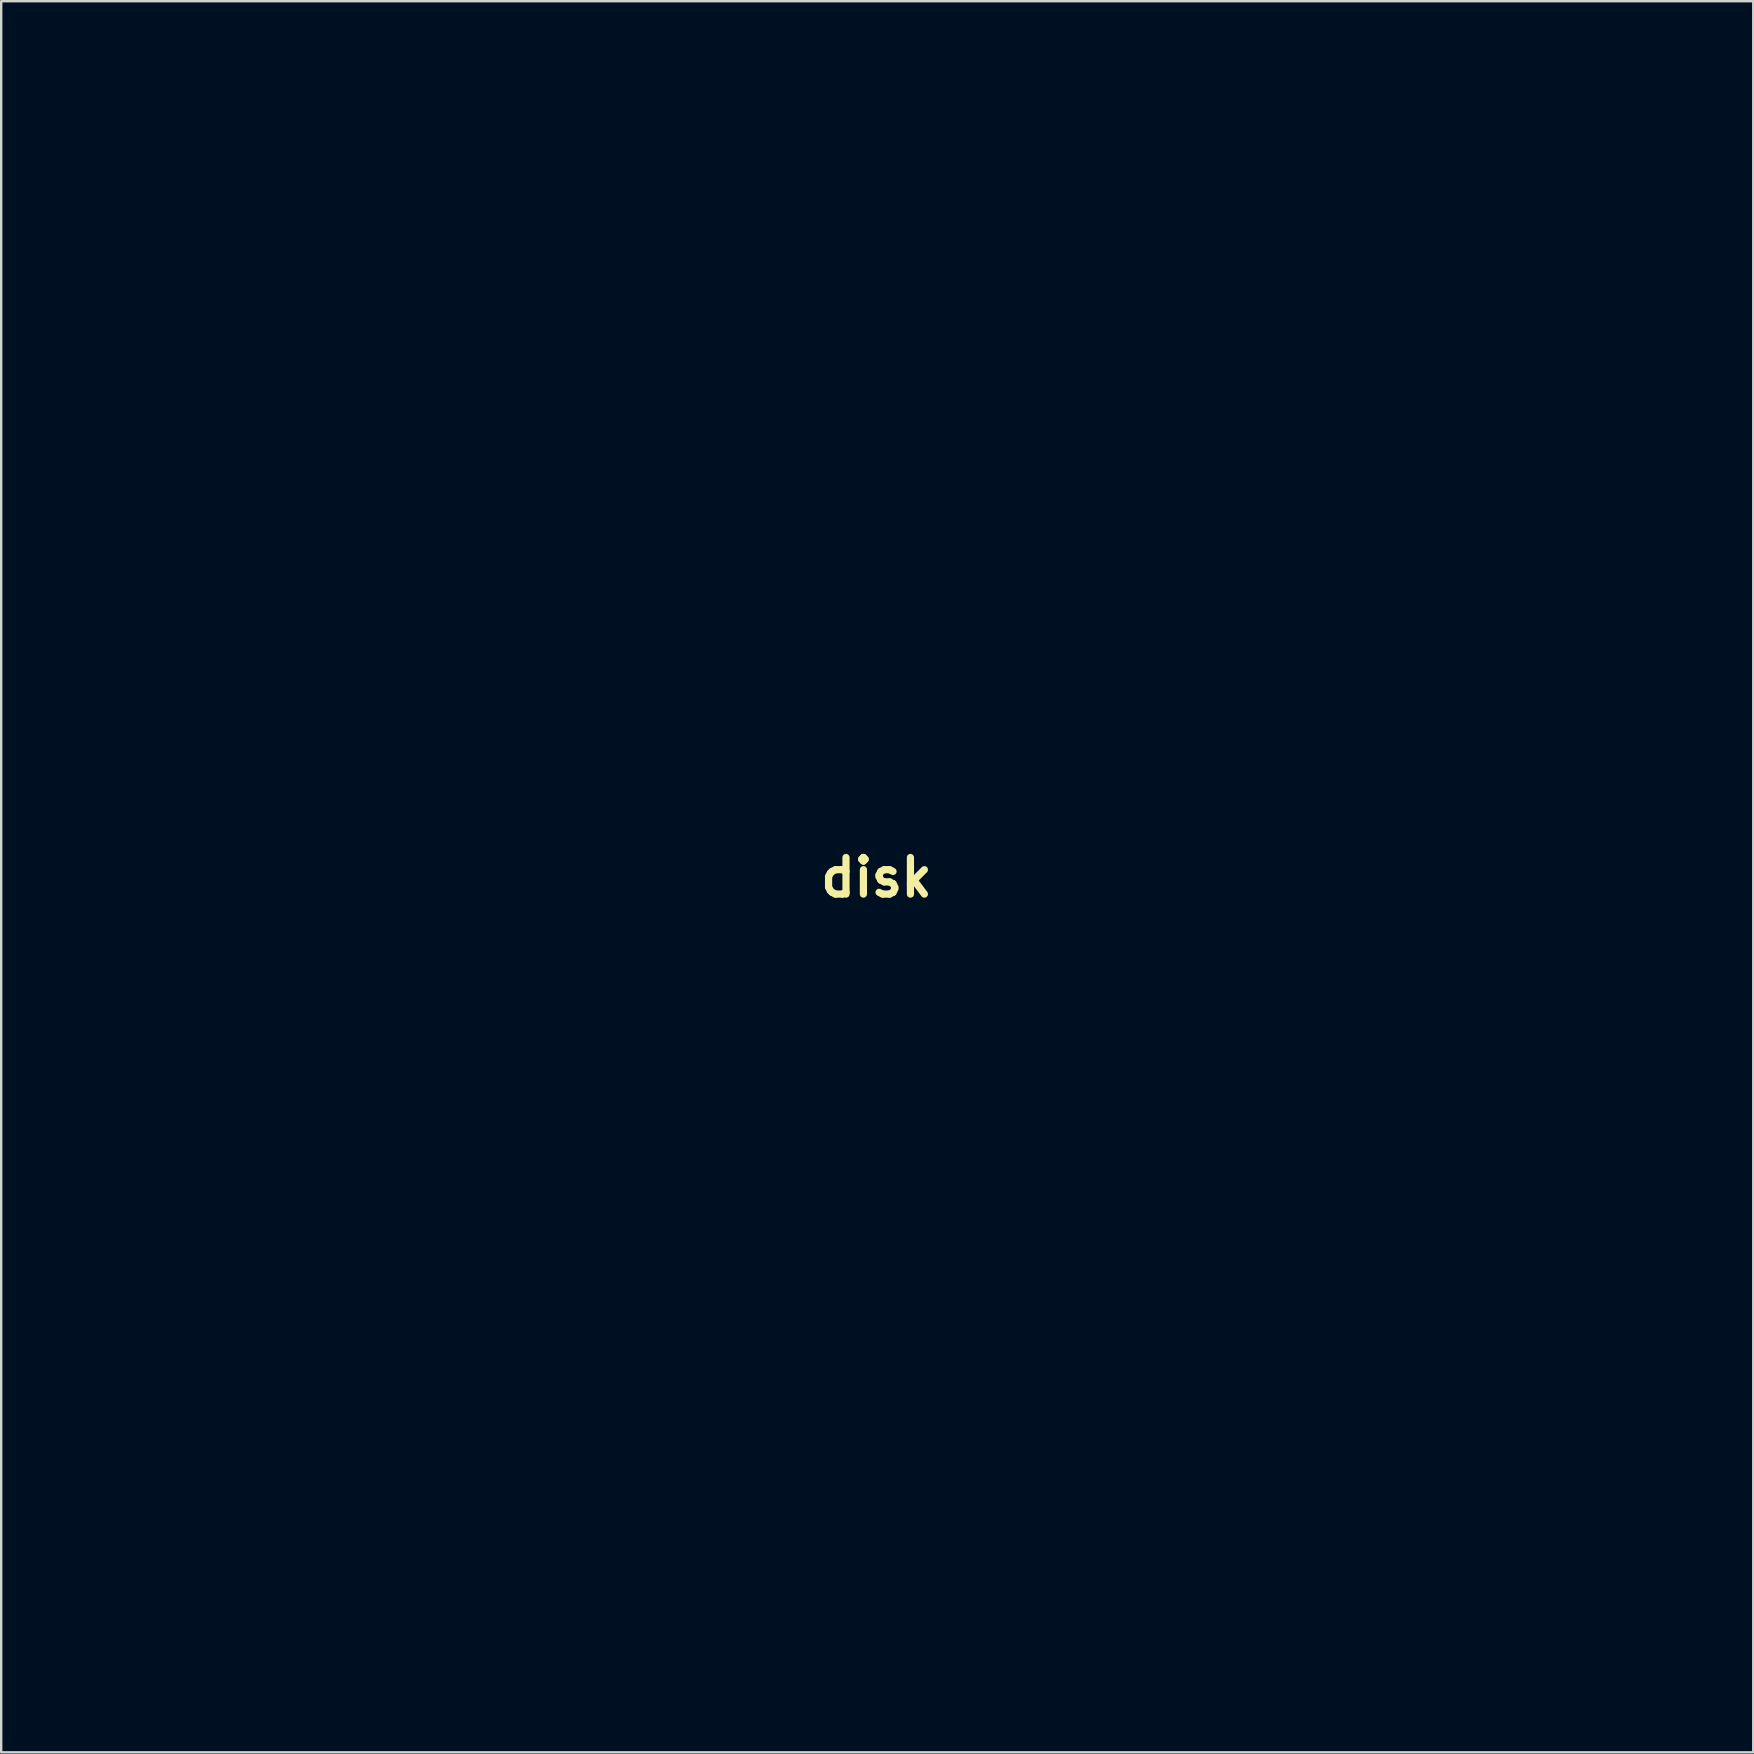
<source format=kicad_pcb>
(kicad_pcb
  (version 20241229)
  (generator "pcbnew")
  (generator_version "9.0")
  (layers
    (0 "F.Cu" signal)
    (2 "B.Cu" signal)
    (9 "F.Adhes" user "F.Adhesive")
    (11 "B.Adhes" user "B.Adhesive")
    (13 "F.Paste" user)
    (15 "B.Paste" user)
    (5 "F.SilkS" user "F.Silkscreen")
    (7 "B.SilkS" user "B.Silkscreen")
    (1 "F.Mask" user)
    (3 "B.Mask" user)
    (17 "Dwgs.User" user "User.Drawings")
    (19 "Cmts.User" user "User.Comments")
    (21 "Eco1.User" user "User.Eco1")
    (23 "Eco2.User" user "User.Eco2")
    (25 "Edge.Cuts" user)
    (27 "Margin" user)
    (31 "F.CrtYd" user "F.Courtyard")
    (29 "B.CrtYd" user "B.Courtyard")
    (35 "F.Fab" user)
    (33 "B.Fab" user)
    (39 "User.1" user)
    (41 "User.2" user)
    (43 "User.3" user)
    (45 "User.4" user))
  (footprint "disk"
    (layer "F.Cu")
    (at 33.466 33.51)
    (property "Reference" "disk" (at 0 0 0) (layer "F.SilkS") (effects (font (size 1.524 1.524) (thickness 0.3))))
    (attr through_hole)
    (fp_poly (pts (xy -0.224 -2.876) (xy -0.261 -2.839) (xy -0.299 -2.876) (xy -0.261 -2.914) (xy -0.224 -2.876)) (stroke (width 0.01) (type solid)) (fill no) (layer "Eco1.User"))
    (fp_poly (pts (xy 0.374 -32.684) (xy 0.336 -32.646) (xy 0.299 -32.684) (xy 0.336 -32.721) (xy 0.374 -32.684)) (stroke (width 0.01) (type solid)) (fill no) (layer "Eco1.User"))
    (fp_poly (pts (xy 1.184 0.238) (xy 1.319 0.272) (xy 1.345 0.299) (xy 1.279 0.348) (xy 1.117 0.373) (xy 1.077 0.374) (xy 0.809 0.374) (xy 1.083 0.747) (xy 1.357 1.121) (xy 0.922 1.108) (xy 0.709 1.099) (xy 0.641 1.087) (xy 0.713 1.072) (xy 0.766 1.066) (xy 0.946 1.033) (xy 1.041 0.989) (xy 1.046 0.978) (xy 1.005 0.888) (xy 0.902 0.724) (xy 0.822 0.61) (xy 0.694 0.426) (xy 0.613 0.297) (xy 0.598 0.262) (xy 0.665 0.24) (xy 0.837 0.227) (xy 0.971 0.224) (xy 1.184 0.238)) (stroke (width 0.01) (type solid)) (fill no) (layer "Eco1.User"))
    (fp_poly (pts (xy -3.925 -0.439) (xy -3.936 -0.357) (xy -4.022 -0.221) (xy -4.026 -0.216) (xy -4.114 -0.097) (xy -4.125 -0.005) (xy -4.054 0.117) (xy -3.987 0.205) (xy -3.889 0.354) (xy -3.863 0.44) (xy -3.875 0.448) (xy -3.969 0.395) (xy -4.092 0.266) (xy -4.093 0.264) (xy -4.238 0.081) (xy -4.41 0.264) (xy -4.567 0.409) (xy -4.646 0.441) (xy -4.635 0.366) (xy -4.529 0.205) (xy -4.416 0.047) (xy -4.387 -0.052) (xy -4.438 -0.15) (xy -4.49 -0.216) (xy -4.579 -0.353) (xy -4.592 -0.438) (xy -4.591 -0.439) (xy -4.521 -0.418) (xy -4.411 -0.308) (xy -4.403 -0.298) (xy -4.258 -0.112) (xy -4.114 -0.298) (xy -4.003 -0.413) (xy -3.928 -0.441) (xy -3.925 -0.439)) (stroke (width 0.01) (type solid)) (fill no) (layer "Eco1.User"))
    (fp_poly (pts (xy -2.764 -0.27) (xy -2.764 -0.263) (xy -2.746 -0.221) (xy -2.677 -0.191) (xy -2.539 -0.17) (xy -2.311 -0.157) (xy -1.973 -0.151) (xy -1.507 -0.149) (xy -1.494 -0.149) (xy -0.999 -0.154) (xy -0.616 -0.166) (xy -0.358 -0.186) (xy -0.234 -0.213) (xy -0.224 -0.224) (xy -0.19 -0.298) (xy -0.118 -0.27) (xy -0.055 -0.158) (xy -0.053 -0.149) (xy 0.013 -0.028) (xy 0.068 0) (xy 0.134 -0.063) (xy 0.149 -0.149) (xy 0.185 -0.278) (xy 0.264 -0.279) (xy 0.33 -0.176) (xy 0.346 0.026) (xy 0.258 0.196) (xy 0.156 0.259) (xy -0.011 0.273) (xy -0.159 0.227) (xy -0.224 0.143) (xy -0.224 0.141) (xy -0.295 0.119) (xy -0.491 0.101) (xy -0.787 0.086) (xy -1.16 0.077) (xy -1.489 0.075) (xy -1.966 0.077) (xy -2.312 0.084) (xy -2.548 0.099) (xy -2.691 0.121) (xy -2.762 0.154) (xy -2.777 0.18) (xy -2.817 0.235) (xy -2.918 0.218) (xy -3.082 0.141) (xy -3.254 0.045) (xy -3.353 -0.024) (xy -3.362 -0.038) (xy -3.302 -0.089) (xy -3.15 -0.178) (xy -3.063 -0.224) (xy -2.878 -0.311) (xy -2.788 -0.325) (xy -2.764 -0.27)) (stroke (width 0.01) (type solid)) (fill no) (layer "Eco1.User"))
    (fp_poly (pts (xy 2.104 -33.442) (xy 4.328 -33.23) (xy 6.546 -32.869) (xy 8.255 -32.487) (xy 8.633 -32.386) (xy 9.104 -32.249) (xy 9.637 -32.086) (xy 10.205 -31.907) (xy 10.78 -31.72) (xy 11.333 -31.534) (xy 11.836 -31.36) (xy 12.26 -31.206) (xy 12.577 -31.081) (xy 12.644 -31.052) (xy 13.074 -30.862) (xy 13.074 -28.316) (xy 13.288 -28.076) (xy 13.537 -27.888) (xy 13.811 -27.831) (xy 14.075 -27.906) (xy 14.248 -28.049) (xy 14.318 -28.141) (xy 14.366 -28.244) (xy 14.396 -28.387) (xy 14.411 -28.599) (xy 14.417 -28.91) (xy 14.418 -29.214) (xy 14.422 -29.63) (xy 14.434 -29.916) (xy 14.456 -30.09) (xy 14.49 -30.17) (xy 14.515 -30.181) (xy 14.629 -30.146) (xy 14.85 -30.048) (xy 15.155 -29.9) (xy 15.521 -29.712) (xy 15.927 -29.497) (xy 16.349 -29.266) (xy 16.764 -29.032) (xy 17.066 -28.856) (xy 18.404 -28.026) (xy 19.655 -27.166) (xy 20.849 -26.252) (xy 22.02 -25.261) (xy 23.198 -24.165) (xy 23.758 -23.613) (xy 25.163 -22.127) (xy 26.436 -20.617) (xy 27.591 -19.061) (xy 28.646 -17.437) (xy 29.616 -15.72) (xy 30.143 -14.68) (xy 31.052 -12.647) (xy 31.82 -10.573) (xy 32.445 -8.463) (xy 32.929 -6.325) (xy 33.27 -4.165) (xy 33.468 -1.989) (xy 33.524 0.195) (xy 33.437 2.38) (xy 33.206 4.562) (xy 32.832 6.732) (xy 32.314 8.884) (xy 31.652 11.011) (xy 31.149 12.367) (xy 30.266 14.398) (xy 29.254 16.356) (xy 28.117 18.237) (xy 26.859 20.037) (xy 25.485 21.75) (xy 23.998 23.372) (xy 22.402 24.898) (xy 20.703 26.323) (xy 18.903 27.642) (xy 17.008 28.851) (xy 16.587 29.097) (xy 16.065 29.392) (xy 15.591 29.653) (xy 15.182 29.871) (xy 14.852 30.037) (xy 14.618 30.143) (xy 14.496 30.181) (xy 14.495 30.181) (xy 14.46 30.109) (xy 14.436 29.899) (xy 14.421 29.564) (xy 14.418 29.251) (xy 14.412 28.865) (xy 14.393 28.527) (xy 14.366 28.272) (xy 14.335 28.139) (xy 14.168 27.935) (xy 13.92 27.818) (xy 13.642 27.803) (xy 13.444 27.867) (xy 13.332 27.943) (xy 13.246 28.049) (xy 13.184 28.206) (xy 13.139 28.435) (xy 13.108 28.757) (xy 13.086 29.193) (xy 13.074 29.575) (xy 13.036 30.873) (xy 12.289 31.164) (xy 10.566 31.776) (xy 8.749 32.311) (xy 6.878 32.759) (xy 4.993 33.111) (xy 3.735 33.289) (xy 3.26 33.334) (xy 2.665 33.373) (xy 1.98 33.403) (xy 1.235 33.425) (xy 0.457 33.438) (xy -0.323 33.442) (xy -1.076 33.437) (xy -1.775 33.423) (xy -2.388 33.399) (xy -2.888 33.365) (xy -2.979 33.356) (xy -4.635 33.154) (xy -6.194 32.897) (xy -7.698 32.577) (xy -9.192 32.183) (xy -10.123 31.902) (xy -10.546 31.764) (xy -10.999 31.609) (xy -11.285 31.507) (xy 5.903 31.507) (xy 5.933 31.747) (xy 6.008 31.916) (xy 6.102 31.974) (xy 6.176 31.929) (xy 6.162 31.806) (xy 6.107 31.611) (xy 6.078 31.507) (xy 6.014 31.397) (xy 5.971 31.376) (xy 5.913 31.438) (xy 5.903 31.507) (xy -11.285 31.507) (xy -11.459 31.445) (xy -11.9 31.283) (xy -12.298 31.132) (xy -12.627 31) (xy -12.784 30.931) (xy -1.377 30.931) (xy -1.372 31.073) (xy -1.366 31.096) (xy -1.28 31.129) (xy -1.096 31.149) (xy -0.974 31.152) (xy -0.612 31.152) (xy -0.595 30.913) (xy 0.593 30.913) (xy 0.623 31.08) (xy 0.755 31.172) (xy 1.008 31.212) (xy 1.139 31.218) (xy 1.419 31.227) (xy 1.419 30.48) (xy 1.055 30.48) (xy 0.829 30.49) (xy 0.71 30.53) (xy 0.654 30.618) (xy 0.645 30.648) (xy 0.593 30.913) (xy -0.595 30.913) (xy -0.586 30.779) (xy -0.568 30.522) (xy -0.448 30.522) (xy -0.442 30.73) (xy -0.409 30.826) (xy -0.323 30.847) (xy -0.243 30.84) (xy -0.111 30.808) (xy -0.046 30.723) (xy -0.033 30.636) (xy 0.075 30.636) (xy 0.094 30.79) (xy 0.183 30.847) (xy 0.299 30.854) (xy 0.437 30.844) (xy 0.502 30.788) (xy 0.522 30.644) (xy 0.523 30.517) (xy 0.516 30.341) (xy 10.563 30.341) (xy 10.611 30.517) (xy 10.691 30.658) (xy 10.765 30.704) (xy 10.818 30.639) (xy 10.803 30.464) (xy 10.74 30.251) (xy 10.666 30.139) (xy 10.595 30.148) (xy 10.57 30.193) (xy 10.563 30.341) (xy 0.516 30.341) (xy 0.515 30.31) (xy 0.476 30.211) (xy 0.387 30.182) (xy 0.344 30.181) (xy 0.186 30.226) (xy 0.1 30.373) (xy 0.075 30.636) (xy -0.033 30.636) (xy -0.017 30.539) (xy -0.014 30.499) (xy -0.006 30.3) (xy -0.039 30.208) (xy -0.139 30.182) (xy -0.22 30.181) (xy -0.36 30.19) (xy -0.426 30.245) (xy -0.447 30.384) (xy -0.448 30.522) (xy -0.568 30.522) (xy -0.56 30.405) (xy -0.945 30.405) (xy -1.329 30.405) (xy -1.363 30.723) (xy -1.377 30.931) (xy -12.784 30.931) (xy -12.863 30.897) (xy -12.98 30.834) (xy -13.017 30.758) (xy -13.044 30.586) (xy -13.062 30.305) (xy -13.071 29.901) (xy -13.073 29.538) (xy 6.163 29.538) (xy 6.173 29.619) (xy 6.253 29.708) (xy 6.34 29.689) (xy 6.369 29.619) (xy 6.315 29.545) (xy 6.252 29.522) (xy 6.163 29.538) (xy -13.073 29.538) (xy -13.074 29.471) (xy -13.075 28.995) (xy -13.079 28.751) (xy 9.307 28.751) (xy 9.314 28.805) (xy 9.4 28.904) (xy 9.502 28.867) (xy 9.525 28.836) (xy 9.538 28.715) (xy 9.451 28.65) (xy 9.378 28.659) (xy 9.307 28.751) (xy -13.079 28.751) (xy -13.081 28.646) (xy -13.094 28.399) (xy -13.115 28.23) (xy -13.148 28.115) (xy -13.195 28.032) (xy -13.216 28.004) (xy -13.348 27.887) (xy -13.528 27.836) (xy -13.709 27.828) (xy -13.935 27.841) (xy -14.101 27.893) (xy -14.215 28.003) (xy -14.287 28.192) (xy -14.326 28.478) (xy -14.342 28.883) (xy -14.344 29.181) (xy -14.348 29.626) (xy -14.363 29.933) (xy -14.388 30.114) (xy -14.425 30.18) (xy -14.431 30.181) (xy -14.524 30.148) (xy -14.724 30.056) (xy -15.005 29.919) (xy -15.341 29.747) (xy -15.508 29.66) (xy -17.442 28.56) (xy -19.287 27.344) (xy -19.832 26.931) (xy -17.627 26.931) (xy -17.237 27.284) (xy -17.037 27.459) (xy -16.88 27.586) (xy -16.798 27.639) (xy -16.796 27.639) (xy -16.726 27.587) (xy -16.59 27.449) (xy -16.414 27.252) (xy -16.39 27.225) (xy -16.035 26.809) (xy -16.366 26.515) (xy -16.613 26.299) (xy -16.783 26.179) (xy -16.911 26.157) (xy -17.034 26.23) (xy -17.188 26.4) (xy -17.277 26.508) (xy -17.627 26.931) (xy -19.832 26.931) (xy -21.038 26.018) (xy -21.313 25.78) (xy -18.676 25.78) (xy -18.643 26.015) (xy -18.52 26.183) (xy -18.48 26.216) (xy -18.282 26.342) (xy -18.104 26.359) (xy -17.904 26.288) (xy -17.718 26.136) (xy -17.589 25.908) (xy -17.556 25.737) (xy -17.602 25.614) (xy -17.713 25.45) (xy -17.731 25.429) (xy -17.955 25.26) (xy -18.197 25.218) (xy -18.421 25.289) (xy -18.592 25.46) (xy -18.674 25.718) (xy -18.676 25.78) (xy -21.313 25.78) (xy -22.689 24.589) (xy -20.001 24.589) (xy -19.988 24.842) (xy -19.838 25.067) (xy -19.6 25.221) (xy -19.347 25.227) (xy -19.097 25.096) (xy -18.941 24.91) (xy -18.901 24.688) (xy -18.961 24.429) (xy -19.118 24.241) (xy -19.333 24.139) (xy -19.57 24.137) (xy -19.791 24.248) (xy -19.866 24.327) (xy -20.001 24.589) (xy -22.689 24.589) (xy -22.691 24.588) (xy -23.664 23.628) (xy -21.294 23.628) (xy -21.221 23.877) (xy -21.142 23.981) (xy -20.916 24.112) (xy -20.657 24.125) (xy -20.419 24.024) (xy -20.325 23.933) (xy -20.191 23.671) (xy -20.204 23.418) (xy -20.354 23.193) (xy -20.592 23.039) (xy -20.845 23.033) (xy -21.094 23.164) (xy -21.251 23.373) (xy -21.294 23.628) (xy -23.664 23.628) (xy -24.241 23.059) (xy -24.722 22.521) (xy -22.625 22.521) (xy -22.553 22.737) (xy -22.382 22.959) (xy -22.15 23.059) (xy -21.89 23.03) (xy -21.712 22.929) (xy -21.563 22.731) (xy -21.508 22.48) (xy -21.552 22.234) (xy -21.657 22.082) (xy -21.893 21.96) (xy -22.157 21.96) (xy -22.397 22.079) (xy -22.462 22.143) (xy -22.6 22.341) (xy -22.625 22.521) (xy -24.722 22.521) (xy -25.637 21.493) (xy -23.894 21.493) (xy -23.784 21.743) (xy -23.743 21.791) (xy -23.517 21.937) (xy -23.263 21.948) (xy -23.017 21.825) (xy -22.969 21.78) (xy -22.823 21.555) (xy -22.801 21.326) (xy -22.877 21.118) (xy -23.028 20.953) (xy -23.23 20.857) (xy -23.459 20.855) (xy -23.691 20.969) (xy -23.733 21.005) (xy -23.877 21.232) (xy -23.894 21.493) (xy -25.637 21.493) (xy -25.686 21.438) (xy -27.021 19.73) (xy -28.242 17.941) (xy -29.344 16.076) (xy -30.325 14.142) (xy -31.18 12.143) (xy -31.904 10.087) (xy -32.495 7.978) (xy -32.948 5.822) (xy -33.167 4.387) (xy -33.388 2.135) (xy -33.461 -0.1) (xy -33.438 -0.784) (xy -26.046 -0.784) (xy -26.04 1.075) (xy -25.915 2.865) (xy -25.671 4.606) (xy -25.473 5.603) (xy -25.376 6.014) (xy -25.255 6.482) (xy -25.118 6.978) (xy -24.974 7.475) (xy -24.83 7.944) (xy -24.697 8.357) (xy -24.581 8.686) (xy -24.491 8.903) (xy -24.478 8.927) (xy -24.406 9.091) (xy -24.382 9.176) (xy -24.338 9.33) (xy -24.31 9.4) (xy -24.258 9.525) (xy -24.245 9.562) (xy -24.182 9.753) (xy -24.099 9.949) (xy -24.019 10.101) (xy -23.966 10.16) (xy -23.914 10.21) (xy -23.915 10.216) (xy -23.914 10.287) (xy -23.879 10.408) (xy -23.868 10.44) (xy -23.831 10.55) (xy -23.794 10.664) (xy -23.725 10.794) (xy -23.669 10.832) (xy -23.631 10.878) (xy -23.641 10.902) (xy -23.632 10.998) (xy -23.607 11.019) (xy -23.563 11.109) (xy -23.573 11.136) (xy -23.56 11.201) (xy -23.532 11.206) (xy -23.484 11.251) (xy -23.495 11.281) (xy -23.487 11.349) (xy -23.458 11.355) (xy -23.409 11.401) (xy -23.42 11.43) (xy -23.412 11.499) (xy -23.383 11.505) (xy -23.334 11.55) (xy -23.346 11.579) (xy -23.337 11.648) (xy -23.308 11.654) (xy -23.26 11.7) (xy -23.271 11.729) (xy -23.262 11.798) (xy -23.234 11.804) (xy -23.185 11.849) (xy -23.196 11.878) (xy -23.188 11.947) (xy -23.159 11.953) (xy -23.11 11.998) (xy -23.121 12.028) (xy -23.12 12.097) (xy -23.096 12.102) (xy -23.021 12.164) (xy -22.946 12.308) (xy -22.85 12.521) (xy -22.731 12.737) (xy -22.618 12.909) (xy -22.542 12.987) (xy -22.516 13.058) (xy -22.523 13.071) (xy -22.504 13.161) (xy -22.448 13.224) (xy -22.355 13.337) (xy -22.337 13.393) (xy -22.295 13.495) (xy -22.189 13.662) (xy -22.132 13.739) (xy -22.008 13.909) (xy -21.935 14.026) (xy -21.926 14.05) (xy -21.885 14.146) (xy -21.786 14.3) (xy -21.663 14.466) (xy -21.553 14.596) (xy -21.492 14.642) (xy -21.465 14.689) (xy -21.478 14.717) (xy -21.473 14.786) (xy -21.447 14.792) (xy -21.368 14.853) (xy -21.263 15.006) (xy -21.218 15.087) (xy -21.076 15.323) (xy -20.914 15.533) (xy -20.881 15.569) (xy -20.756 15.709) (xy -20.695 15.808) (xy -20.694 15.816) (xy -20.637 15.897) (xy -20.537 15.974) (xy -20.433 16.061) (xy -20.42 16.112) (xy -20.398 16.183) (xy -20.293 16.306) (xy -20.267 16.331) (xy -20.153 16.448) (xy -20.117 16.508) (xy -20.122 16.51) (xy -20.102 16.555) (xy -19.996 16.672) (xy -19.894 16.771) (xy -19.749 16.918) (xy -19.675 17.013) (xy -19.677 17.033) (xy -19.644 17.082) (xy -19.521 17.219) (xy -19.324 17.426) (xy -19.069 17.688) (xy -18.774 17.988) (xy -18.454 18.308) (xy -18.126 18.633) (xy -17.808 18.946) (xy -17.515 19.23) (xy -17.264 19.469) (xy -17.071 19.646) (xy -16.996 19.712) (xy -16.8 19.872) (xy -16.532 20.086) (xy -16.238 20.318) (xy -16.118 20.412) (xy -15.871 20.611) (xy -15.677 20.782) (xy -15.56 20.902) (xy -15.539 20.939) (xy -15.509 20.983) (xy -15.494 20.973) (xy -15.42 20.994) (xy -15.256 21.086) (xy -15.035 21.227) (xy -14.785 21.397) (xy -14.537 21.576) (xy -14.321 21.744) (xy -14.213 21.836) (xy -14.097 21.928) (xy -14.045 21.942) (xy -14.045 21.94) (xy -13.99 21.95) (xy -13.849 22.023) (xy -13.659 22.137) (xy -13.456 22.268) (xy -13.276 22.393) (xy -13.155 22.49) (xy -13.131 22.517) (xy -13.081 22.561) (xy -13.075 22.547) (xy -13.017 22.541) (xy -12.879 22.597) (xy -12.868 22.602) (xy -12.526 22.702) (xy -12.182 22.657) (xy -12.019 22.581) (xy -11.854 22.432) (xy -11.69 22.206) (xy -11.563 21.96) (xy -11.507 21.751) (xy -11.506 21.735) (xy -11.537 21.604) (xy -11.611 21.403) (xy -11.647 21.32) (xy -11.77 21.115) (xy -11.895 20.992) (xy -10.309 20.992) (xy -10.309 24.504) (xy -6.798 24.504) (xy -6.798 22.657) (xy -3.36 22.657) (xy -3.318 23.33) (xy -3.145 23.988) (xy -2.892 24.521) (xy -2.583 24.938) (xy -2.175 25.334) (xy -1.707 25.677) (xy -1.22 25.937) (xy -0.841 26.066) (xy -0.416 26.127) (xy 0.078 26.138) (xy 0.571 26.101) (xy 0.997 26.018) (xy 1.039 26.006) (xy 1.681 25.735) (xy 2.23 25.361) (xy 2.682 24.902) (xy 3.032 24.375) (xy 3.277 23.797) (xy 3.412 23.185) (xy 3.433 22.557) (xy 3.335 21.93) (xy 3.115 21.321) (xy 2.916 20.992) (xy 6.798 20.992) (xy 6.798 24.504) (xy 10.384 24.504) (xy 10.384 20.992) (xy 6.798 20.992) (xy 2.916 20.992) (xy 2.768 20.748) (xy 2.428 20.357) (xy 1.873 19.905) (xy 1.267 19.584) (xy 0.626 19.395) (xy -0.032 19.339) (xy -0.689 19.416) (xy -1.328 19.627) (xy -1.929 19.971) (xy -2.288 20.262) (xy -2.736 20.773) (xy -3.066 21.357) (xy -3.275 21.992) (xy -3.36 22.657) (xy -6.798 22.657) (xy -6.798 20.992) (xy -10.309 20.992) (xy -11.895 20.992) (xy -11.954 20.935) (xy -12.237 20.742) (xy -12.262 20.727) (xy -13.847 19.69) (xy -15.34 18.542) (xy -15.923 18.018) (xy -9.634 18.018) (xy -9.625 18.033) (xy -9.473 18.132) (xy -9.289 18.242) (xy -9.125 18.333) (xy -9.031 18.376) (xy -9.027 18.376) (xy -8.96 18.32) (xy -8.854 18.177) (xy -8.821 18.126) (xy -8.722 17.948) (xy -8.669 17.821) (xy -8.666 17.804) (xy -8.7 17.76) (xy 8.717 17.76) (xy 8.732 17.85) (xy 8.807 18.003) (xy 8.913 18.171) (xy 9.018 18.307) (xy 9.093 18.363) (xy 9.1 18.362) (xy 9.194 18.315) (xy 9.366 18.227) (xy 9.432 18.194) (xy 9.605 18.093) (xy 9.703 18.013) (xy 9.712 17.995) (xy 9.678 17.9) (xy 9.595 17.743) (xy 9.495 17.574) (xy 9.407 17.446) (xy 9.365 17.406) (xy 9.269 17.441) (xy 9.101 17.523) (xy 8.917 17.625) (xy 8.77 17.716) (xy 8.717 17.76) (xy -8.7 17.76) (xy -8.726 17.728) (xy -8.877 17.618) (xy -8.975 17.559) (xy -9.284 17.385) (xy -9.422 17.564) (xy -9.537 17.74) (xy -9.615 17.908) (xy -9.634 18.018) (xy -15.923 18.018) (xy -16.736 17.289) (xy -17.008 17.005) (xy -11.408 17.005) (xy -11.34 17.047) (xy -11.183 17.139) (xy -11.06 17.209) (xy -10.727 17.398) (xy -10.705 17.362) (xy -9.907 17.362) (xy -9.904 17.452) (xy -9.82 17.53) (xy -9.818 17.532) (xy -9.691 17.611) (xy -9.606 17.601) (xy -9.523 17.484) (xy -9.458 17.354) (xy -9.379 17.174) (xy -9.368 17.075) (xy -9.386 17.054) (xy 9.346 17.054) (xy 9.51 17.341) (xy 9.617 17.527) (xy 9.686 17.608) (xy 9.756 17.609) (xy 9.866 17.554) (xy 9.866 17.553) (xy 9.974 17.482) (xy 9.998 17.398) (xy 9.94 17.259) (xy 9.863 17.127) (xy 9.755 16.973) (xy 9.663 16.928) (xy 9.535 16.967) (xy 9.53 16.969) (xy 9.346 17.054) (xy -9.386 17.054) (xy -9.424 17.006) (xy -9.455 16.983) (xy -9.579 16.922) (xy -9.681 16.963) (xy -9.792 17.123) (xy -9.833 17.2) (xy -9.907 17.362) (xy -10.705 17.362) (xy -10.597 17.18) (xy -10.406 17.18) (xy -10.348 17.239) (xy -10.325 17.253) (xy -10.163 17.32) (xy -10.047 17.281) (xy -9.937 17.118) (xy -9.908 17.059) (xy -9.832 16.872) (xy -9.832 16.859) (xy 9.869 16.859) (xy 9.927 16.994) (xy 9.969 17.072) (xy 10.095 17.262) (xy 10.215 17.324) (xy 10.362 17.272) (xy 10.377 17.263) (xy 10.441 17.191) (xy 10.428 17.073) (xy 10.388 16.968) (xy 10.314 16.825) (xy 10.497 16.825) (xy 10.542 16.973) (xy 10.603 17.097) (xy 10.763 17.412) (xy 11.131 17.205) (xy 11.337 17.083) (xy 11.433 16.999) (xy 11.441 16.922) (xy 11.402 16.848) (xy 11.285 16.655) (xy 11.215 16.528) (xy 11.14 16.417) (xy 11.05 16.407) (xy 10.923 16.467) (xy 10.67 16.606) (xy 10.534 16.714) (xy 10.497 16.825) (xy 10.314 16.825) (xy 10.269 16.739) (xy 10.15 16.646) (xy 10.013 16.679) (xy 9.975 16.704) (xy 9.885 16.781) (xy 9.869 16.859) (xy -9.832 16.859) (xy -9.831 16.769) (xy -9.876 16.724) (xy -10.027 16.666) (xy -10.155 16.723) (xy -10.292 16.908) (xy -10.298 16.919) (xy -10.391 17.089) (xy -10.406 17.18) (xy -10.597 17.18) (xy -10.547 17.097) (xy -10.454 16.909) (xy -10.421 16.773) (xy -10.432 16.739) (xy -10.533 16.668) (xy -10.706 16.558) (xy -10.771 16.519) (xy -11.045 16.356) (xy -11.234 16.673) (xy -11.34 16.858) (xy -11.401 16.979) (xy -11.408 17.005) (xy -17.008 17.005) (xy -18.028 15.939) (xy -19.208 14.501) (xy -19.77 13.695) (xy -15.08 13.695) (xy -15.075 13.831) (xy -14.975 14.274) (xy -14.749 14.643) (xy -14.408 14.922) (xy -14.338 14.96) (xy -14.021 15.059) (xy -13.643 15.086) (xy -13.276 15.039) (xy -13.126 14.99) (xy -12.855 14.818) (xy -12.607 14.562) (xy -12.424 14.272) (xy -12.358 14.079) (xy -12.333 13.607) (xy -12.431 13.182) (xy -12.638 12.821) (xy -12.938 12.546) (xy -13.318 12.375) (xy -13.692 12.326) (xy -14.147 12.393) (xy -14.529 12.579) (xy -14.823 12.87) (xy -15.011 13.248) (xy -15.08 13.695) (xy -19.77 13.695) (xy -20.269 12.981) (xy -21.206 11.386) (xy -21.522 10.769) (xy -17.332 10.769) (xy -17.3 10.862) (xy -17.222 11.024) (xy -17.124 11.205) (xy -17.034 11.357) (xy -16.978 11.429) (xy -16.975 11.429) (xy -16.906 11.394) (xy -16.754 11.302) (xy -16.657 11.242) (xy -16.479 11.123) (xy -16.408 11.037) (xy -16.421 10.941) (xy -16.466 10.849) (xy -16.606 10.597) (xy -16.712 10.463) (xy -16.818 10.428) (xy -16.954 10.477) (xy -17.055 10.535) (xy -17.225 10.65) (xy -17.323 10.745) (xy -17.332 10.769) (xy -21.522 10.769) (xy -21.575 10.666) (xy -21.819 10.131) (xy -17.32 10.131) (xy -17.294 10.236) (xy -17.254 10.315) (xy -17.199 10.4) (xy -17.131 10.416) (xy -17.006 10.361) (xy -16.889 10.295) (xy -16.714 10.183) (xy -16.648 10.095) (xy -16.666 9.99) (xy -16.68 9.958) (xy -16.745 9.835) (xy -16.817 9.799) (xy -16.94 9.847) (xy -17.089 9.935) (xy -17.259 10.046) (xy -17.32 10.131) (xy -21.819 10.131) (xy -22.221 9.252) (xy -22.317 9) (xy -18.378 9) (xy -18.344 9.071) (xy -18.259 9.231) (xy -18.187 9.362) (xy -17.996 9.703) (xy -17.973 9.69) (xy -17.59 9.69) (xy -17.556 9.787) (xy -17.464 9.906) (xy -17.348 9.921) (xy -17.166 9.835) (xy -17.124 9.809) (xy -16.976 9.717) (xy -16.897 9.667) (xy -16.896 9.666) (xy -16.904 9.597) (xy -16.966 9.477) (xy -17.045 9.37) (xy -17.092 9.339) (xy -17.185 9.374) (xy -17.347 9.463) (xy -17.39 9.488) (xy -17.546 9.598) (xy -17.59 9.69) (xy -17.973 9.69) (xy -17.675 9.51) (xy -17.355 9.316) (xy -17.536 8.991) (xy -17.653 8.804) (xy -17.748 8.686) (xy -17.782 8.666) (xy -17.873 8.699) (xy -18.029 8.778) (xy -18.2 8.874) (xy -18.333 8.959) (xy -18.378 9) (xy -22.317 9) (xy -22.76 7.851) (xy -23.203 6.426) (xy -23.564 4.939) (xy -23.85 3.369) (xy -23.897 3.052) (xy -23.933 2.749) (xy -23.962 2.437) (xy -23.982 2.092) (xy -23.996 1.689) (xy -24.005 1.206) (xy -24.01 0.618) (xy -24.01 0.598) (xy -20.694 0.598) (xy -20.694 0.959) (xy -20.684 1.18) (xy -20.66 1.334) (xy -20.644 1.37) (xy -20.544 1.4) (xy -20.354 1.418) (xy -20.27 1.419) (xy -19.946 1.419) (xy -19.946 0.598) (xy -20.694 0.598) (xy -24.01 0.598) (xy -24.011 0.261) (xy -20.32 0.261) (xy -20.306 0.377) (xy -20.238 0.431) (xy -20.074 0.448) (xy -19.984 0.448) (xy -19.776 0.44) (xy -19.678 0.402) (xy -19.649 0.312) (xy -19.648 0.261) (xy -19.662 0.146) (xy -19.73 0.092) (xy -19.893 0.075) (xy -19.984 0.075) (xy -20.191 0.082) (xy -20.29 0.12) (xy -20.319 0.211) (xy -20.32 0.261) (xy -24.011 0.261) (xy -24.012 0) (xy -24.011 -0.299) (xy -20.32 -0.299) (xy -20.31 -0.161) (xy -20.254 -0.096) (xy -20.111 -0.076) (xy -19.984 -0.075) (xy -19.777 -0.081) (xy -19.679 -0.119) (xy -19.65 -0.214) (xy -19.648 -0.274) (xy -16.66 -0.274) (xy -16.655 0.22) (xy -16.645 0.709) (xy -16.631 1.164) (xy -16.613 1.552) (xy -16.592 1.843) (xy -16.584 1.909) (xy -16.311 3.506) (xy -15.902 5.041) (xy -15.358 6.512) (xy -14.678 7.921) (xy -13.862 9.269) (xy -12.988 10.459) (xy -12.727 10.767) (xy -12.394 11.133) (xy -12.016 11.53) (xy -11.621 11.929) (xy -11.237 12.303) (xy -10.891 12.624) (xy -10.612 12.863) (xy -10.581 12.887) (xy -10.372 13.052) (xy -10.188 13.202) (xy -10.135 13.246) (xy -9.876 13.448) (xy -9.516 13.698) (xy -9.09 13.976) (xy -8.63 14.262) (xy -8.17 14.536) (xy -7.741 14.776) (xy -7.378 14.963) (xy -7.321 14.989) (xy -6.166 15.489) (xy -5.071 15.887) (xy -4 16.196) (xy -2.915 16.426) (xy -2.166 16.542) (xy -1.775 16.592) (xy -1.392 16.637) (xy -1.068 16.671) (xy -0.896 16.685) (xy -0.507 16.699) (xy -0.012 16.696) (xy 0.545 16.679) (xy 1.121 16.649) (xy 1.672 16.608) (xy 2.156 16.558) (xy 2.316 16.537) (xy 3.881 16.242) (xy 5.388 15.812) (xy 6.831 15.255) (xy 8.203 14.576) (xy 9.498 13.78) (xy 9.594 13.709) (xy 12.38 13.709) (xy 12.437 14.136) (xy 12.617 14.498) (xy 12.824 14.731) (xy 13.071 14.927) (xy 13.329 15.035) (xy 13.65 15.072) (xy 13.868 15.068) (xy 14.173 15.038) (xy 14.396 14.968) (xy 14.597 14.84) (xy 14.909 14.515) (xy 15.099 14.124) (xy 15.161 13.695) (xy 15.085 13.258) (xy 15.05 13.167) (xy 14.875 12.842) (xy 14.641 12.61) (xy 14.403 12.468) (xy 13.988 12.332) (xy 13.576 12.328) (xy 13.19 12.443) (xy 12.853 12.662) (xy 12.59 12.969) (xy 12.425 13.351) (xy 12.38 13.709) (xy 9.594 13.709) (xy 10.709 12.873) (xy 11.83 11.861) (xy 12.546 11.083) (xy 16.446 11.083) (xy 16.449 11.087) (xy 16.598 11.183) (xy 16.778 11.291) (xy 16.938 11.383) (xy 17.028 11.428) (xy 17.033 11.429) (xy 17.087 11.37) (xy 17.181 11.218) (xy 17.239 11.113) (xy 17.337 10.917) (xy 17.398 10.779) (xy 17.407 10.746) (xy 17.346 10.672) (xy 17.199 10.575) (xy 17.022 10.483) (xy 16.869 10.427) (xy 16.802 10.426) (xy 16.735 10.506) (xy 16.64 10.661) (xy 16.543 10.84) (xy 16.47 10.997) (xy 16.446 11.083) (xy 12.546 11.083) (xy 12.854 10.748) (xy 13.405 10.027) (xy 16.681 10.027) (xy 16.686 10.114) (xy 16.792 10.203) (xy 16.937 10.289) (xy 17.113 10.384) (xy 17.209 10.406) (xy 17.276 10.357) (xy 17.314 10.304) (xy 17.376 10.163) (xy 17.369 10.085) (xy 17.275 10.002) (xy 17.109 9.899) (xy 17.09 9.889) (xy 16.928 9.815) (xy 16.838 9.819) (xy 16.76 9.902) (xy 16.758 9.904) (xy 16.681 10.027) (xy 13.405 10.027) (xy 13.769 9.55) (xy 16.968 9.55) (xy 17.01 9.682) (xy 17.164 9.805) (xy 17.378 9.913) (xy 17.519 9.913) (xy 17.62 9.805) (xy 17.627 9.792) (xy 17.657 9.687) (xy 17.598 9.595) (xy 17.441 9.486) (xy 17.255 9.387) (xy 17.137 9.376) (xy 17.068 9.415) (xy 16.968 9.55) (xy 13.769 9.55) (xy 13.775 9.542) (xy 13.912 9.323) (xy 17.407 9.323) (xy 17.724 9.511) (xy 17.903 9.612) (xy 18.019 9.641) (xy 18.111 9.583) (xy 18.213 9.422) (xy 18.304 9.251) (xy 18.449 8.977) (xy 18.18 8.819) (xy 17.997 8.724) (xy 17.866 8.681) (xy 17.843 8.682) (xy 17.768 8.755) (xy 17.654 8.914) (xy 17.591 9.014) (xy 17.407 9.323) (xy 13.912 9.323) (xy 14.586 8.247) (xy 15.281 6.869) (xy 15.853 5.414) (xy 16.102 4.623) (xy 16.275 4.001) (xy 16.412 3.457) (xy 16.516 2.957) (xy 16.592 2.469) (xy 16.643 1.961) (xy 16.675 1.4) (xy 16.691 0.755) (xy 16.692 0.598) (xy 19.722 0.598) (xy 19.722 0.959) (xy 19.732 1.18) (xy 19.756 1.334) (xy 19.772 1.37) (xy 19.872 1.4) (xy 20.062 1.418) (xy 20.146 1.419) (xy 20.469 1.419) (xy 20.469 0.598) (xy 19.722 0.598) (xy 16.692 0.598) (xy 16.694 0.261) (xy 19.498 0.261) (xy 19.512 0.377) (xy 19.581 0.431) (xy 19.744 0.448) (xy 19.834 0.448) (xy 20.042 0.44) (xy 20.14 0.402) (xy 20.169 0.312) (xy 20.171 0.261) (xy 20.157 0.146) (xy 20.088 0.092) (xy 19.925 0.075) (xy 19.834 0.075) (xy 19.627 0.082) (xy 19.529 0.12) (xy 19.5 0.211) (xy 19.498 0.261) (xy 16.694 0.261) (xy 16.695 0) (xy 16.693 -0.299) (xy 19.498 -0.299) (xy 19.508 -0.161) (xy 19.564 -0.096) (xy 19.708 -0.076) (xy 19.834 -0.075) (xy 20.041 -0.081) (xy 20.139 -0.119) (xy 20.169 -0.214) (xy 20.171 -0.299) (xy 20.161 -0.437) (xy 20.105 -0.502) (xy 19.961 -0.522) (xy 19.834 -0.523) (xy 19.628 -0.516) (xy 19.53 -0.479) (xy 19.5 -0.383) (xy 19.498 -0.299) (xy 16.693 -0.299) (xy 16.69 -0.762) (xy 16.673 -1.407) (xy 16.673 -1.419) (xy 19.722 -1.419) (xy 19.722 -1.058) (xy 19.732 -0.837) (xy 19.756 -0.683) (xy 19.772 -0.647) (xy 19.872 -0.617) (xy 20.062 -0.599) (xy 20.146 -0.598) (xy 20.469 -0.598) (xy 20.469 -1.419) (xy 19.722 -1.419) (xy 16.673 -1.419) (xy 16.641 -1.967) (xy 16.589 -2.476) (xy 16.513 -2.966) (xy 16.409 -3.469) (xy 16.275 -4.018) (xy 16.16 -4.445) (xy 15.677 -5.923) (xy 15.063 -7.34) (xy 14.323 -8.687) (xy 13.663 -9.666) (xy 16.97 -9.666) (xy 16.996 -9.561) (xy 17.036 -9.482) (xy 17.091 -9.397) (xy 17.159 -9.381) (xy 17.174 -9.387) (xy 17.411 -9.387) (xy 17.606 -9.03) (xy 17.8 -8.672) (xy 18.033 -8.791) (xy 18.219 -8.893) (xy 18.353 -8.979) (xy 18.358 -8.983) (xy 18.398 -9.061) (xy 18.359 -9.195) (xy 18.266 -9.365) (xy 18.148 -9.545) (xy 18.054 -9.655) (xy 18.024 -9.672) (xy 17.927 -9.639) (xy 17.753 -9.56) (xy 17.689 -9.528) (xy 17.411 -9.387) (xy 17.174 -9.387) (xy 17.284 -9.436) (xy 17.401 -9.502) (xy 17.576 -9.614) (xy 17.642 -9.702) (xy 17.624 -9.807) (xy 17.61 -9.839) (xy 17.545 -9.962) (xy 17.473 -9.998) (xy 17.35 -9.95) (xy 17.201 -9.862) (xy 17.031 -9.751) (xy 16.97 -9.666) (xy 13.663 -9.666) (xy 13.466 -9.958) (xy 13.344 -10.108) (xy 16.7 -10.108) (xy 16.734 -10.01) (xy 16.826 -9.891) (xy 16.942 -9.876) (xy 17.124 -9.962) (xy 17.166 -9.988) (xy 17.314 -10.08) (xy 17.393 -10.13) (xy 17.394 -10.131) (xy 17.386 -10.2) (xy 17.324 -10.32) (xy 17.245 -10.427) (xy 17.198 -10.459) (xy 17.105 -10.423) (xy 16.943 -10.334) (xy 16.9 -10.309) (xy 16.744 -10.199) (xy 16.7 -10.108) (xy 13.344 -10.108) (xy 12.55 -11.083) (xy 16.435 -11.083) (xy 16.473 -10.978) (xy 16.566 -10.814) (xy 16.681 -10.641) (xy 16.786 -10.507) (xy 16.846 -10.46) (xy 16.954 -10.496) (xy 17.125 -10.585) (xy 17.164 -10.607) (xy 17.32 -10.714) (xy 17.403 -10.792) (xy 17.406 -10.802) (xy 17.371 -10.905) (xy 17.284 -11.069) (xy 17.177 -11.244) (xy 17.079 -11.381) (xy 17.023 -11.43) (xy 16.929 -11.396) (xy 16.771 -11.313) (xy 16.603 -11.212) (xy 16.474 -11.124) (xy 16.435 -11.083) (xy 12.55 -11.083) (xy 12.5 -11.144) (xy 11.43 -12.237) (xy 10.266 -13.23) (xy 9.658 -13.66) (xy 12.377 -13.66) (xy 12.489 -13.211) (xy 12.575 -13.023) (xy 12.812 -12.719) (xy 13.14 -12.502) (xy 13.525 -12.381) (xy 13.93 -12.368) (xy 14.319 -12.47) (xy 14.441 -12.532) (xy 14.626 -12.673) (xy 14.828 -12.871) (xy 14.896 -12.95) (xy 15.023 -13.124) (xy 15.093 -13.284) (xy 15.123 -13.488) (xy 15.128 -13.74) (xy 15.116 -14.049) (xy 15.072 -14.267) (xy 14.983 -14.452) (xy 14.948 -14.505) (xy 14.642 -14.838) (xy 14.282 -15.049) (xy 13.894 -15.144) (xy 13.501 -15.125) (xy 13.13 -14.998) (xy 12.804 -14.766) (xy 12.55 -14.433) (xy 12.411 -14.082) (xy 12.377 -13.66) (xy 9.658 -13.66) (xy 9.013 -14.115) (xy 7.68 -14.884) (xy 6.273 -15.528) (xy 5.531 -15.806) (xy 4.464 -16.143) (xy 3.432 -16.395) (xy 2.39 -16.569) (xy 1.288 -16.675) (xy 0.486 -16.712) (xy -0.546 -16.72) (xy -1.489 -16.678) (xy -2.387 -16.578) (xy -3.283 -16.416) (xy -4.222 -16.185) (xy -5.167 -15.902) (xy -6.628 -15.36) (xy -8.018 -14.687) (xy -9.335 -13.886) (xy -10.574 -12.958) (xy -11.734 -11.907) (xy -12.81 -10.735) (xy -13.799 -9.444) (xy -14.026 -9.114) (xy -14.19 -8.848) (xy -14.397 -8.486) (xy -14.624 -8.066) (xy -14.851 -7.626) (xy -14.966 -7.395) (xy -15.545 -6.094) (xy -15.994 -4.821) (xy -16.323 -3.55) (xy -16.507 -2.503) (xy -16.552 -2.188) (xy -16.593 -1.902) (xy -16.622 -1.702) (xy -16.625 -1.681) (xy -16.643 -1.476) (xy -16.654 -1.153) (xy -16.66 -0.742) (xy -16.66 -0.274) (xy -19.648 -0.274) (xy -19.648 -0.299) (xy -19.657 -0.437) (xy -19.714 -0.502) (xy -19.857 -0.522) (xy -19.984 -0.523) (xy -20.191 -0.516) (xy -20.288 -0.479) (xy -20.318 -0.383) (xy -20.32 -0.299) (xy -24.011 -0.299) (xy -24.01 -0.816) (xy -24 -1.419) (xy -20.694 -1.419) (xy -20.694 -0.598) (xy -19.946 -0.598) (xy -19.946 -1.419) (xy -20.694 -1.419) (xy -24 -1.419) (xy -23.999 -1.514) (xy -23.976 -2.121) (xy -23.938 -2.67) (xy -23.883 -3.189) (xy -23.807 -3.709) (xy -23.708 -4.259) (xy -23.581 -4.87) (xy -23.488 -5.293) (xy -23.007 -7.109) (xy -22.393 -8.865) (xy -22.324 -9.022) (xy -18.343 -9.022) (xy -18.337 -8.988) (xy -18.23 -8.934) (xy -18.063 -8.834) (xy -18.041 -8.82) (xy -17.883 -8.724) (xy -17.786 -8.674) (xy -17.78 -8.672) (xy -17.724 -8.728) (xy -17.626 -8.874) (xy -17.575 -8.961) (xy -17.473 -9.154) (xy -17.413 -9.296) (xy -17.406 -9.327) (xy -17.463 -9.397) (xy -17.6 -9.504) (xy -17.765 -9.615) (xy -17.889 -9.683) (xy -17.604 -9.683) (xy -17.506 -9.597) (xy -17.35 -9.505) (xy -17.171 -9.409) (xy -17.07 -9.388) (xy -17 -9.438) (xy -16.977 -9.467) (xy -16.9 -9.592) (xy -16.884 -9.645) (xy -16.941 -9.715) (xy -17.086 -9.823) (xy -17.149 -9.864) (xy -17.32 -9.963) (xy -17.415 -9.985) (xy -17.485 -9.933) (xy -17.52 -9.888) (xy -17.603 -9.766) (xy -17.604 -9.683) (xy -17.889 -9.683) (xy -17.909 -9.694) (xy -17.968 -9.712) (xy -18.03 -9.654) (xy -18.121 -9.51) (xy -18.22 -9.327) (xy -18.301 -9.149) (xy -18.343 -9.022) (xy -22.324 -9.022) (xy -21.802 -10.211) (xy -17.314 -10.211) (xy -17.301 -10.122) (xy -17.178 -10.025) (xy -17.126 -9.993) (xy -16.912 -9.884) (xy -16.771 -9.884) (xy -16.67 -9.992) (xy -16.663 -10.005) (xy -16.633 -10.109) (xy -16.691 -10.2) (xy -16.857 -10.316) (xy -17.03 -10.417) (xy -17.127 -10.441) (xy -17.195 -10.391) (xy -17.23 -10.345) (xy -17.314 -10.211) (xy -21.802 -10.211) (xy -21.652 -10.553) (xy -21.54 -10.762) (xy -17.394 -10.762) (xy -16.771 -10.413) (xy -16.566 -10.734) (xy -16.449 -10.923) (xy -16.375 -11.053) (xy -16.361 -11.086) (xy -16.419 -11.142) (xy -16.56 -11.233) (xy -16.732 -11.331) (xy -16.883 -11.407) (xy -16.956 -11.43) (xy -17.026 -11.37) (xy -17.135 -11.217) (xy -17.207 -11.096) (xy -17.394 -10.762) (xy -21.54 -10.762) (xy -20.789 -12.169) (xy -19.811 -13.707) (xy -19.739 -13.804) (xy -15.091 -13.804) (xy -15.026 -13.346) (xy -14.846 -12.962) (xy -14.574 -12.663) (xy -14.229 -12.462) (xy -13.836 -12.371) (xy -13.414 -12.403) (xy -12.986 -12.57) (xy -12.961 -12.584) (xy -12.645 -12.848) (xy -12.436 -13.187) (xy -12.334 -13.571) (xy -12.34 -13.971) (xy -12.453 -14.356) (xy -12.674 -14.696) (xy -12.927 -14.915) (xy -13.32 -15.096) (xy -13.724 -15.149) (xy -14.118 -15.086) (xy -14.475 -14.92) (xy -14.772 -14.663) (xy -14.983 -14.328) (xy -15.085 -13.927) (xy -15.091 -13.804) (xy -19.739 -13.804) (xy -18.722 -15.163) (xy -17.53 -16.529) (xy -17.018 -17.034) (xy -11.418 -17.034) (xy -11.256 -16.735) (xy -11.147 -16.556) (xy -11.059 -16.449) (xy -11.034 -16.436) (xy -10.938 -16.47) (xy -10.765 -16.556) (xy -10.68 -16.603) (xy -10.503 -16.714) (xy -10.398 -16.801) (xy -10.385 -16.823) (xy -10.42 -16.92) (xy -10.504 -17.078) (xy -10.602 -17.236) (xy -10.451 -17.236) (xy -10.287 -16.949) (xy -10.18 -16.763) (xy -10.111 -16.682) (xy -10.041 -16.681) (xy -9.932 -16.736) (xy -9.931 -16.737) (xy -9.823 -16.808) (xy -9.812 -16.846) (xy 9.805 -16.846) (xy 9.964 -16.755) (xy 10.108 -16.682) (xy 10.196 -16.691) (xy 10.268 -16.795) (xy 10.462 -16.795) (xy 10.471 -16.78) (xy 10.623 -16.68) (xy 10.807 -16.571) (xy 10.971 -16.48) (xy 11.065 -16.437) (xy 11.069 -16.437) (xy 11.136 -16.493) (xy 11.242 -16.636) (xy 11.274 -16.687) (xy 11.374 -16.865) (xy 11.427 -16.992) (xy 11.43 -17.009) (xy 11.37 -17.085) (xy 11.219 -17.195) (xy 11.121 -17.254) (xy 10.812 -17.428) (xy 10.674 -17.249) (xy 10.559 -17.073) (xy 10.481 -16.905) (xy 10.462 -16.795) (xy 10.268 -16.795) (xy 10.273 -16.802) (xy 10.333 -16.923) (xy 10.422 -17.116) (xy 10.447 -17.218) (xy 10.405 -17.278) (xy 10.311 -17.331) (xy 10.208 -17.362) (xy 10.116 -17.31) (xy 9.999 -17.151) (xy 9.985 -17.128) (xy 9.805 -16.846) (xy -9.812 -16.846) (xy -9.799 -16.892) (xy -9.857 -17.031) (xy -9.935 -17.163) (xy -10.042 -17.317) (xy -10.134 -17.362) (xy -10.262 -17.323) (xy -10.267 -17.321) (xy -10.451 -17.236) (xy -10.602 -17.236) (xy -10.608 -17.245) (xy -10.698 -17.37) (xy -10.74 -17.406) (xy -10.823 -17.372) (xy -10.989 -17.283) (xy -11.1 -17.22) (xy -11.418 -17.034) (xy -17.018 -17.034) (xy -16.551 -17.495) (xy -9.924 -17.495) (xy -9.915 -17.398) (xy -9.831 -17.223) (xy -9.705 -17.03) (xy -9.585 -16.967) (xy -9.439 -17.015) (xy -9.413 -17.031) (xy -9.35 -17.094) (xy -9.352 -17.118) (xy 9.35 -17.118) (xy 9.512 -17.005) (xy 9.638 -16.919) (xy 9.692 -16.887) (xy 9.732 -16.945) (xy 9.816 -17.095) (xy 9.866 -17.192) (xy 9.957 -17.392) (xy 9.973 -17.505) (xy 9.924 -17.565) (xy 9.771 -17.623) (xy 9.642 -17.568) (xy 9.506 -17.383) (xy 9.501 -17.374) (xy 9.35 -17.118) (xy -9.352 -17.118) (xy -9.359 -17.191) (xy -9.444 -17.366) (xy -9.57 -17.558) (xy -9.689 -17.622) (xy -9.835 -17.574) (xy -9.861 -17.558) (xy -9.924 -17.495) (xy -16.551 -17.495) (xy -16.24 -17.802) (xy -16.02 -17.988) (xy -9.599 -17.988) (xy -9.554 -17.84) (xy -9.493 -17.716) (xy -9.332 -17.401) (xy -8.965 -17.608) (xy -8.759 -17.73) (xy -8.677 -17.802) (xy 8.671 -17.802) (xy 9.376 -17.414) (xy 9.543 -17.691) (xy 9.646 -17.871) (xy 9.706 -17.996) (xy 9.711 -18.018) (xy 9.653 -18.08) (xy 9.51 -18.178) (xy 9.332 -18.282) (xy 9.169 -18.364) (xy 9.073 -18.394) (xy 9.007 -18.332) (xy 8.9 -18.182) (xy 8.846 -18.096) (xy 8.671 -17.802) (xy -8.677 -17.802) (xy -8.663 -17.814) (xy -8.655 -17.891) (xy -8.694 -17.965) (xy -8.811 -18.158) (xy -8.881 -18.285) (xy -8.956 -18.396) (xy -9.046 -18.405) (xy -9.173 -18.346) (xy -9.426 -18.207) (xy -9.562 -18.098) (xy -9.599 -17.988) (xy -16.02 -17.988) (xy -14.856 -18.974) (xy -13.386 -20.041) (xy -12.692 -20.469) (xy -1.345 -20.469) (xy -1.345 -19.722) (xy -0.598 -19.722) (xy -0.598 -19.839) (xy -0.448 -19.839) (xy -0.442 -19.631) (xy -0.406 -19.531) (xy -0.312 -19.5) (xy -0.22 -19.498) (xy -0.077 -19.507) (xy -0.016 -19.562) (xy -0.007 -19.703) (xy -0.014 -19.816) (xy -0.017 -19.834) (xy 0.075 -19.834) (xy 0.081 -19.628) (xy 0.119 -19.53) (xy 0.214 -19.5) (xy 0.299 -19.498) (xy 0.437 -19.508) (xy 0.502 -19.564) (xy 0.522 -19.708) (xy 0.523 -19.834) (xy 0.516 -20.041) (xy 0.479 -20.139) (xy 0.383 -20.169) (xy 0.299 -20.171) (xy 0.161 -20.161) (xy 0.096 -20.105) (xy 0.076 -19.961) (xy 0.075 -19.834) (xy -0.017 -19.834) (xy -0.04 -20.018) (xy -0.097 -20.116) (xy -0.216 -20.154) (xy -0.243 -20.157) (xy -0.368 -20.162) (xy -0.428 -20.112) (xy -0.447 -19.972) (xy -0.448 -19.839) (xy -0.598 -19.839) (xy -0.598 -20.469) (xy 0.598 -20.469) (xy 0.598 -20.146) (xy 0.608 -19.936) (xy 0.635 -19.795) (xy 0.647 -19.772) (xy 0.746 -19.743) (xy 0.939 -19.725) (xy 1.058 -19.722) (xy 1.419 -19.722) (xy 1.419 -20.469) (xy 0.598 -20.469) (xy -0.598 -20.469) (xy -1.345 -20.469) (xy -12.692 -20.469) (xy -11.835 -20.998) (xy -10.208 -21.838) (xy -8.512 -22.557) (xy -6.751 -23.148) (xy -4.933 -23.607) (xy -4.221 -23.746) (xy -3.55 -23.861) (xy -2.944 -23.948) (xy -2.362 -24.012) (xy -1.766 -24.054) (xy -1.117 -24.08) (xy -0.376 -24.091) (xy 0 -24.092) (xy 0.793 -24.087) (xy 1.477 -24.069) (xy 2.091 -24.036) (xy 2.676 -23.983) (xy 3.271 -23.908) (xy 3.917 -23.807) (xy 4.258 -23.748) (xy 6.079 -23.353) (xy 7.847 -22.823) (xy 9.555 -22.163) (xy 11.199 -21.379) (xy 12.772 -20.477) (xy 14.269 -19.463) (xy 15.683 -18.343) (xy 17.008 -17.122) (xy 18.239 -15.807) (xy 19.37 -14.403) (xy 20.396 -12.917) (xy 21.309 -11.353) (xy 22.104 -9.719) (xy 22.776 -8.02) (xy 23.318 -6.261) (xy 23.724 -4.449) (xy 23.752 -4.296) (xy 23.851 -3.722) (xy 23.928 -3.225) (xy 23.987 -2.774) (xy 24.03 -2.337) (xy 24.059 -1.884) (xy 24.077 -1.384) (xy 24.085 -0.806) (xy 24.087 -0.119) (xy 24.086 0.112) (xy 24.079 0.939) (xy 24.061 1.65) (xy 24.029 2.279) (xy 23.979 2.858) (xy 23.908 3.422) (xy 23.812 4.003) (xy 23.688 4.636) (xy 23.542 5.31) (xy 23.064 7.102) (xy 22.448 8.847) (xy 21.699 10.537) (xy 20.824 12.165) (xy 19.827 13.721) (xy 18.715 15.198) (xy 17.493 16.587) (xy 16.167 17.882) (xy 14.743 19.072) (xy 13.228 20.152) (xy 12.668 20.507) (xy 12.263 20.766) (xy 11.975 20.98) (xy 11.784 21.172) (xy 11.674 21.361) (xy 11.624 21.569) (xy 11.617 21.726) (xy 11.676 22.096) (xy 11.856 22.379) (xy 12.161 22.58) (xy 12.197 22.595) (xy 12.527 22.694) (xy 12.82 22.685) (xy 13.141 22.565) (xy 13.17 22.551) (xy 13.465 22.386) (xy 13.851 22.146) (xy 14.301 21.851) (xy 14.788 21.519) (xy 15.286 21.167) (xy 15.767 20.815) (xy 16.206 20.481) (xy 16.361 20.359) (xy 16.74 20.047) (xy 17.132 19.71) (xy 17.522 19.363) (xy 17.893 19.022) (xy 18.231 18.7) (xy 18.518 18.414) (xy 18.741 18.177) (xy 18.882 18.006) (xy 18.927 17.914) (xy 18.925 17.909) (xy 18.926 17.866) (xy 18.955 17.88) (xy 19.055 17.875) (xy 19.14 17.791) (xy 19.156 17.689) (xy 19.143 17.668) (xy 19.139 17.64) (xy 19.173 17.655) (xy 19.251 17.618) (xy 19.407 17.476) (xy 19.628 17.243) (xy 19.901 16.932) (xy 20.021 16.79) (xy 20.82 15.793) (xy 21.527 14.824) (xy 22.169 13.84) (xy 22.773 12.799) (xy 23.369 11.656) (xy 23.425 11.542) (xy 23.885 10.574) (xy 24.275 9.674) (xy 24.613 8.789) (xy 24.922 7.868) (xy 25.1 7.278) (xy 25.565 5.429) (xy 25.894 3.539) (xy 26.085 1.624) (xy 26.138 -0.299) (xy 26.052 -2.214) (xy 25.827 -4.103) (xy 25.653 -5.08) (xy 25.512 -5.722) (xy 25.335 -6.426) (xy 25.132 -7.161) (xy 24.913 -7.893) (xy 24.688 -8.592) (xy 24.466 -9.224) (xy 24.257 -9.757) (xy 24.161 -9.976) (xy 24.055 -10.209) (xy 23.977 -10.384) (xy 23.945 -10.459) (xy 23.911 -10.544) (xy 23.839 -10.715) (xy 23.804 -10.795) (xy 23.726 -10.98) (xy 23.682 -11.096) (xy 23.679 -11.113) (xy 23.65 -11.188) (xy 23.571 -11.356) (xy 23.459 -11.579) (xy 23.336 -11.819) (xy 23.22 -12.036) (xy 23.132 -12.194) (xy 23.093 -12.252) (xy 23.035 -12.335) (xy 22.939 -12.507) (xy 22.878 -12.625) (xy 22.713 -12.944) (xy 22.566 -13.208) (xy 22.453 -13.387) (xy 22.403 -13.447) (xy 22.342 -13.53) (xy 22.242 -13.697) (xy 22.194 -13.783) (xy 22.071 -13.989) (xy 21.895 -14.262) (xy 21.698 -14.55) (xy 21.659 -14.605) (xy 21.461 -14.884) (xy 21.274 -15.152) (xy 21.132 -15.358) (xy 21.111 -15.389) (xy 20.962 -15.601) (xy 20.818 -15.786) (xy 20.796 -15.813) (xy 20.646 -15.997) (xy 20.511 -16.172) (xy 20.369 -16.359) (xy 20.25 -16.505) (xy 20.143 -16.631) (xy 19.976 -16.827) (xy 19.797 -17.038) (xy 19.603 -17.254) (xy 19.327 -17.548) (xy 18.992 -17.894) (xy 18.621 -18.269) (xy 18.238 -18.651) (xy 17.866 -19.016) (xy 17.529 -19.339) (xy 17.25 -19.599) (xy 17.068 -19.76) (xy 16.854 -19.94) (xy 16.671 -20.098) (xy 16.58 -20.181) (xy 16.43 -20.307) (xy 16.342 -20.368) (xy 16.216 -20.454) (xy 16.037 -20.59) (xy 15.979 -20.637) (xy 15.104 -21.302) (xy 14.142 -21.952) (xy 13.064 -22.605) (xy 12.898 -22.701) (xy 12.735 -22.79) (xy 12.49 -22.919) (xy 12.192 -23.074) (xy 11.87 -23.24) (xy 11.552 -23.402) (xy 11.27 -23.545) (xy 11.05 -23.653) (xy 10.924 -23.712) (xy 10.907 -23.719) (xy 10.822 -23.753) (xy 10.653 -23.829) (xy 10.571 -23.866) (xy 10.381 -23.953) (xy 10.256 -24.008) (xy 10.235 -24.016) (xy 10.149 -24.05) (xy 9.979 -24.124) (xy 9.899 -24.159) (xy 9.684 -24.248) (xy 9.513 -24.308) (xy 9.477 -24.317) (xy 9.309 -24.374) (xy 9.216 -24.419) (xy 9.037 -24.497) (xy 8.74 -24.604) (xy 8.351 -24.733) (xy 7.896 -24.875) (xy 7.402 -25.023) (xy 6.895 -25.169) (xy 6.401 -25.305) (xy 5.948 -25.424) (xy 5.561 -25.517) (xy 5.267 -25.578) (xy 5.267 -25.578) (xy 4.95 -25.635) (xy 4.632 -25.694) (xy 4.378 -25.744) (xy 4.333 -25.753) (xy 4.225 -25.775) (xy 4.125 -25.794) (xy 3.991 -25.815) (xy 3.781 -25.846) (xy 3.549 -25.879) (xy 3.25 -25.921) (xy 3 -25.953) (xy 2.763 -25.98) (xy 2.501 -26.003) (xy 2.178 -26.028) (xy 1.757 -26.056) (xy 1.561 -26.069) (xy 1.186 -26.088) (xy 0.74 -26.101) (xy 0.247 -26.108) (xy -0.265 -26.111) (xy -0.77 -26.107) (xy -1.241 -26.099) (xy -1.654 -26.087) (xy -1.98 -26.069) (xy -2.193 -26.048) (xy -2.241 -26.038) (xy -2.367 -26.017) (xy -2.596 -25.989) (xy -2.879 -25.961) (xy -2.914 -25.958) (xy -3.254 -25.923) (xy -3.595 -25.878) (xy -3.847 -25.836) (xy -4.14 -25.784) (xy -4.431 -25.739) (xy -4.52 -25.727) (xy -5.01 -25.648) (xy -5.609 -25.52) (xy -6.289 -25.351) (xy -7.019 -25.15) (xy -7.772 -24.923) (xy -8.519 -24.681) (xy -9.23 -24.43) (xy -9.53 -24.316) (xy -11.299 -23.554) (xy -12.997 -22.664) (xy -14.616 -21.652) (xy -16.153 -20.526) (xy -17.601 -19.291) (xy -18.955 -17.954) (xy -20.209 -16.521) (xy -21.357 -14.999) (xy -22.394 -13.393) (xy -23.314 -11.711) (xy -24.112 -9.958) (xy -24.782 -8.141) (xy -25.25 -6.537) (xy -25.518 -5.415) (xy -25.724 -4.358) (xy -25.874 -3.314) (xy -25.976 -2.236) (xy -26.037 -1.073) (xy -26.046 -0.784) (xy -33.438 -0.784) (xy -33.386 -2.318) (xy -33.163 -4.516) (xy -32.792 -6.692) (xy -32.275 -8.844) (xy -31.61 -10.97) (xy -30.8 -13.067) (xy -29.995 -14.829) (xy -29.012 -16.69) (xy -27.936 -18.449) (xy -26.753 -20.125) (xy -25.449 -21.737) (xy -24.012 -23.302) (xy -23.981 -23.335) (xy -22.828 -24.474) (xy -21.699 -25.5) (xy -20.561 -26.439) (xy -19.384 -27.316) (xy -18.135 -28.158) (xy -17.743 -28.406) (xy -17.434 -28.594) (xy -17.056 -28.817) (xy -16.633 -29.061) (xy -16.188 -29.312) (xy -15.747 -29.558) (xy -15.333 -29.784) (xy -14.971 -29.978) (xy -14.684 -30.125) (xy -14.497 -30.213) (xy -14.474 -30.223) (xy -14.422 -30.232) (xy -14.386 -30.198) (xy -14.363 -30.099) (xy -14.35 -29.914) (xy -14.345 -29.62) (xy -14.344 -29.26) (xy -14.342 -28.849) (xy -14.335 -28.56) (xy -14.318 -28.363) (xy -14.286 -28.23) (xy -14.237 -28.131) (xy -14.166 -28.041) (xy -13.933 -27.87) (xy -13.662 -27.83) (xy -13.39 -27.921) (xy -13.24 -28.039) (xy -13.036 -28.242) (xy -13.013 -29.554) (xy -12.989 -30.866) (xy -12.602 -31.035) (xy -12.162 -31.216) (xy -11.616 -31.422) (xy -11.198 -31.57) (xy -1.348 -31.57) (xy -1.315 -31.344) (xy -1.222 -31.147) (xy -1.052 -30.914) (xy -0.848 -30.696) (xy -0.655 -30.545) (xy -0.643 -30.539) (xy -0.238 -30.4) (xy 0.197 -30.384) (xy 0.61 -30.491) (xy 0.672 -30.521) (xy 0.93 -30.704) (xy 1.168 -30.96) (xy 1.33 -31.227) (xy 1.34 -31.251) (xy 1.421 -31.662) (xy 1.379 -32.096) (xy 1.224 -32.505) (xy 1.056 -32.748) (xy 0.745 -32.997) (xy 0.371 -33.132) (xy -0.033 -33.158) (xy -0.435 -33.074) (xy -0.802 -32.884) (xy -1.092 -32.604) (xy -1.241 -32.315) (xy -1.33 -31.948) (xy -1.348 -31.57) (xy -11.198 -31.57) (xy -11.002 -31.639) (xy -10.36 -31.855) (xy -9.728 -32.057) (xy -9.144 -32.23) (xy -9.002 -32.27) (xy -6.793 -32.802) (xy -4.575 -33.185) (xy -2.35 -33.419) (xy -0.123 -33.505) (xy 2.104 -33.442)) (stroke (width 0.01) (type solid)) (fill no) (layer "Eco1.User")))
  (gr_rect
    (start -3 -3)
    (end 69.995 69.957)
    (stroke (width 0.1) (type default))
    (fill no)
    (layer "Edge.Cuts")))
</source>
